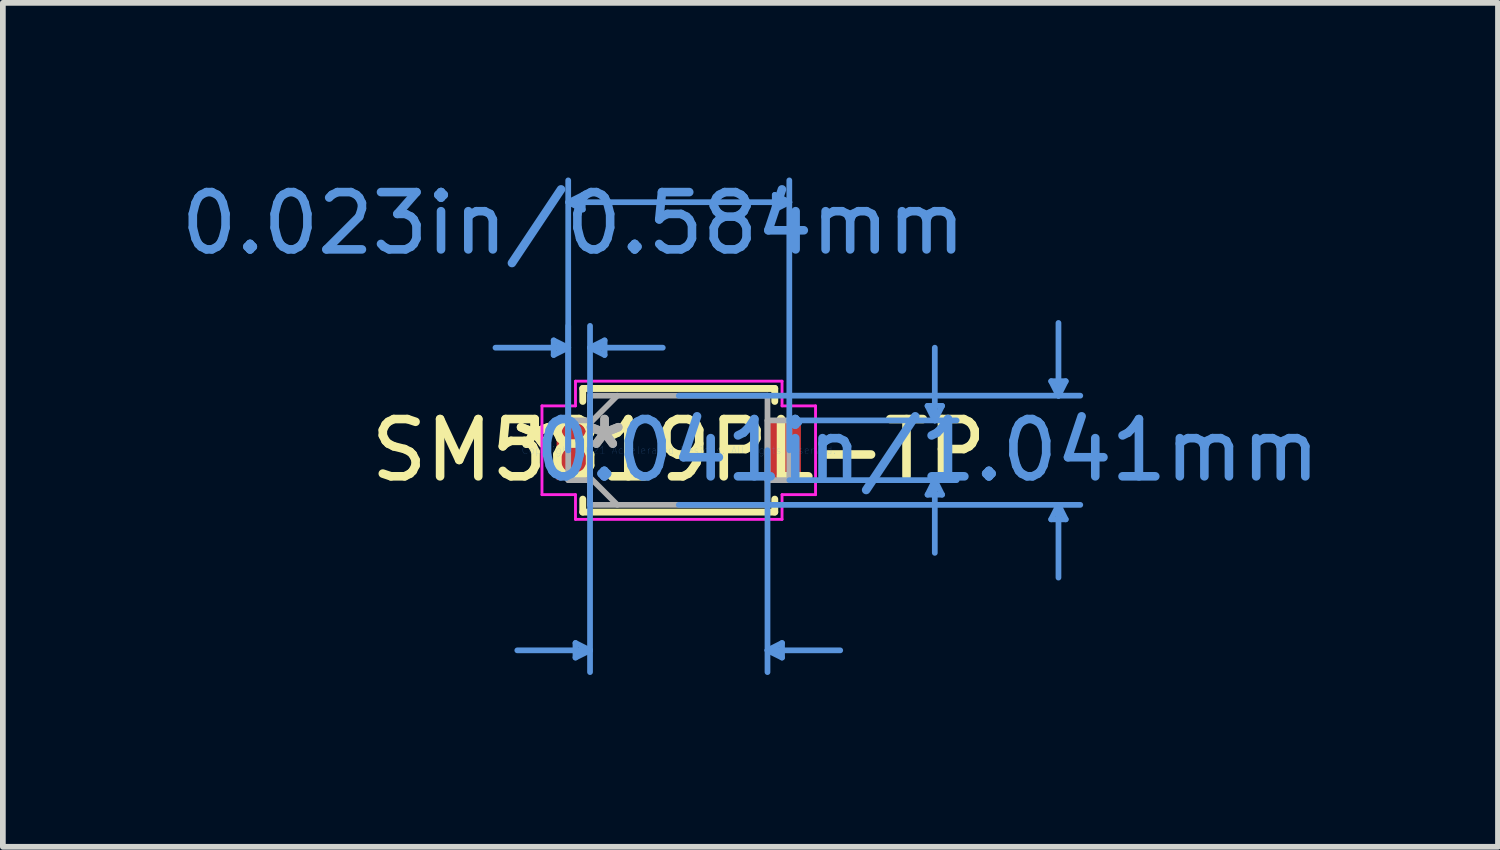
<source format=kicad_pcb>
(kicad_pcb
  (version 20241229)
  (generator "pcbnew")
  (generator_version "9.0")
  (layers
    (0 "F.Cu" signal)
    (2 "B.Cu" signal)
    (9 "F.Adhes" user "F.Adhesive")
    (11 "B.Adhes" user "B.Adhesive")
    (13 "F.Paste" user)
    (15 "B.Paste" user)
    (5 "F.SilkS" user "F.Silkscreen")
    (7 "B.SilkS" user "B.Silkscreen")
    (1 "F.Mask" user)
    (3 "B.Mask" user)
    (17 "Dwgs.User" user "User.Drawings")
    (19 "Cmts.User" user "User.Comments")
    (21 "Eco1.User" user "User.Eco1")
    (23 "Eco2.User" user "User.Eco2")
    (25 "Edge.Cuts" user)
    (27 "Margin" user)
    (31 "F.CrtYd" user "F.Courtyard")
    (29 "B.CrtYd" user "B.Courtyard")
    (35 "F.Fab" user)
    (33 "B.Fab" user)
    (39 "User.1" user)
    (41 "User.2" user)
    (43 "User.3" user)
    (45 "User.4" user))
  (footprint "SM5819PL-TP"
    (layer "F.Cu")
    (at 8.8 4.811)
    (property "Reference" "SM5819PL-TP" (at 0 0 0) (layer "F.SilkS") (effects (font (size 1 1) (thickness 0.15))))
    (attr through_hole)
    (fp_line (start -1.676 -1.079) (end -1.676 -0.853) (stroke (width 0.12) (type solid)) (layer "F.SilkS"))
    (fp_line (start -1.676 0.853) (end -1.676 1.079) (stroke (width 0.12) (type solid)) (layer "F.SilkS"))
    (fp_line (start -1.676 1.079) (end 1.676 1.079) (stroke (width 0.12) (type solid)) (layer "F.SilkS"))
    (fp_line (start 1.676 -1.079) (end -1.676 -1.079) (stroke (width 0.12) (type solid)) (layer "F.SilkS"))
    (fp_line (start 1.676 -0.853) (end 1.676 -1.079) (stroke (width 0.12) (type solid)) (layer "F.SilkS"))
    (fp_line (start 1.676 1.079) (end 1.676 0.853) (stroke (width 0.12) (type solid)) (layer "F.SilkS"))
    (fp_line (start -2.184 -1.918) (end -2.184 -1.664) (stroke (width 0.1) (type solid)) (layer "Cmts.User"))
    (fp_line (start -1.93 -4.331) (end -1.676 -4.458) (stroke (width 0.1) (type solid)) (layer "Cmts.User"))
    (fp_line (start -1.93 -4.331) (end -1.676 -4.204) (stroke (width 0.1) (type solid)) (layer "Cmts.User"))
    (fp_line (start -1.93 -4.331) (end 1.93 -4.331) (stroke (width 0.1) (type solid)) (layer "Cmts.User"))
    (fp_line (start -1.93 -1.791) (end -3.2 -1.791) (stroke (width 0.1) (type solid)) (layer "Cmts.User"))
    (fp_line (start -1.93 -1.791) (end -2.184 -1.918) (stroke (width 0.1) (type solid)) (layer "Cmts.User"))
    (fp_line (start -1.93 -1.791) (end -2.184 -1.664) (stroke (width 0.1) (type solid)) (layer "Cmts.User"))
    (fp_line (start -1.93 0) (end -1.93 -4.712) (stroke (width 0.1) (type solid)) (layer "Cmts.User"))
    (fp_line (start -1.93 0) (end -1.93 -2.172) (stroke (width 0.1) (type solid)) (layer "Cmts.User"))
    (fp_line (start -1.803 3.365) (end -1.803 3.619) (stroke (width 0.1) (type solid)) (layer "Cmts.User"))
    (fp_line (start -1.676 -4.458) (end -1.676 -4.204) (stroke (width 0.1) (type solid)) (layer "Cmts.User"))
    (fp_line (start -1.549 -1.791) (end -1.295 -1.918) (stroke (width 0.1) (type solid)) (layer "Cmts.User"))
    (fp_line (start -1.549 -1.791) (end -1.295 -1.664) (stroke (width 0.1) (type solid)) (layer "Cmts.User"))
    (fp_line (start -1.549 -1.791) (end -0.279 -1.791) (stroke (width 0.1) (type solid)) (layer "Cmts.User"))
    (fp_line (start -1.549 0) (end -1.549 -2.172) (stroke (width 0.1) (type solid)) (layer "Cmts.User"))
    (fp_line (start -1.549 0) (end -1.549 3.873) (stroke (width 0.1) (type solid)) (layer "Cmts.User"))
    (fp_line (start -1.549 3.493) (end -2.819 3.493) (stroke (width 0.1) (type solid)) (layer "Cmts.User"))
    (fp_line (start -1.549 3.493) (end -1.803 3.365) (stroke (width 0.1) (type solid)) (layer "Cmts.User"))
    (fp_line (start -1.549 3.493) (end -1.803 3.619) (stroke (width 0.1) (type solid)) (layer "Cmts.User"))
    (fp_line (start -1.295 -1.918) (end -1.295 -1.664) (stroke (width 0.1) (type solid)) (layer "Cmts.User"))
    (fp_line (start 0 -0.953) (end 7.01 -0.953) (stroke (width 0.1) (type solid)) (layer "Cmts.User"))
    (fp_line (start 0 0.953) (end 7.01 0.953) (stroke (width 0.1) (type solid)) (layer "Cmts.User"))
    (fp_line (start 1.549 0) (end 1.549 3.873) (stroke (width 0.1) (type solid)) (layer "Cmts.User"))
    (fp_line (start 1.549 3.493) (end 1.803 3.365) (stroke (width 0.1) (type solid)) (layer "Cmts.User"))
    (fp_line (start 1.549 3.493) (end 1.803 3.619) (stroke (width 0.1) (type solid)) (layer "Cmts.User"))
    (fp_line (start 1.549 3.493) (end 2.819 3.493) (stroke (width 0.1) (type solid)) (layer "Cmts.User"))
    (fp_line (start 1.676 -4.458) (end 1.676 -4.204) (stroke (width 0.1) (type solid)) (layer "Cmts.User"))
    (fp_line (start 1.803 3.365) (end 1.803 3.619) (stroke (width 0.1) (type solid)) (layer "Cmts.User"))
    (fp_line (start 1.93 -4.331) (end 1.676 -4.458) (stroke (width 0.1) (type solid)) (layer "Cmts.User"))
    (fp_line (start 1.93 -4.331) (end 1.676 -4.204) (stroke (width 0.1) (type solid)) (layer "Cmts.User"))
    (fp_line (start 1.93 -0.521) (end 4.851 -0.521) (stroke (width 0.1) (type solid)) (layer "Cmts.User"))
    (fp_line (start 1.93 0) (end 1.93 -4.712) (stroke (width 0.1) (type solid)) (layer "Cmts.User"))
    (fp_line (start 1.93 0.521) (end 4.851 0.521) (stroke (width 0.1) (type solid)) (layer "Cmts.User"))
    (fp_line (start 4.343 -0.775) (end 4.597 -0.775) (stroke (width 0.1) (type solid)) (layer "Cmts.User"))
    (fp_line (start 4.343 0.775) (end 4.597 0.775) (stroke (width 0.1) (type solid)) (layer "Cmts.User"))
    (fp_line (start 4.47 -0.521) (end 4.343 -0.775) (stroke (width 0.1) (type solid)) (layer "Cmts.User"))
    (fp_line (start 4.47 -0.521) (end 4.47 -1.791) (stroke (width 0.1) (type solid)) (layer "Cmts.User"))
    (fp_line (start 4.47 -0.521) (end 4.597 -0.775) (stroke (width 0.1) (type solid)) (layer "Cmts.User"))
    (fp_line (start 4.47 0.521) (end 4.343 0.775) (stroke (width 0.1) (type solid)) (layer "Cmts.User"))
    (fp_line (start 4.47 0.521) (end 4.47 1.791) (stroke (width 0.1) (type solid)) (layer "Cmts.User"))
    (fp_line (start 4.47 0.521) (end 4.597 0.775) (stroke (width 0.1) (type solid)) (layer "Cmts.User"))
    (fp_line (start 6.502 -1.206) (end 6.756 -1.206) (stroke (width 0.1) (type solid)) (layer "Cmts.User"))
    (fp_line (start 6.502 1.206) (end 6.756 1.206) (stroke (width 0.1) (type solid)) (layer "Cmts.User"))
    (fp_line (start 6.629 -0.953) (end 6.502 -1.206) (stroke (width 0.1) (type solid)) (layer "Cmts.User"))
    (fp_line (start 6.629 -0.953) (end 6.629 -2.223) (stroke (width 0.1) (type solid)) (layer "Cmts.User"))
    (fp_line (start 6.629 -0.953) (end 6.756 -1.206) (stroke (width 0.1) (type solid)) (layer "Cmts.User"))
    (fp_line (start 6.629 0.953) (end 6.502 1.206) (stroke (width 0.1) (type solid)) (layer "Cmts.User"))
    (fp_line (start 6.629 0.953) (end 6.629 2.223) (stroke (width 0.1) (type solid)) (layer "Cmts.User"))
    (fp_line (start 6.629 0.953) (end 6.756 1.206) (stroke (width 0.1) (type solid)) (layer "Cmts.User"))
    (fp_line (start -2.388 -0.775) (end -1.803 -0.775) (stroke (width 0.05) (type solid)) (layer "F.CrtYd"))
    (fp_line (start -2.388 0.775) (end -2.388 -0.775) (stroke (width 0.05) (type solid)) (layer "F.CrtYd"))
    (fp_line (start -1.803 -1.206) (end 1.803 -1.206) (stroke (width 0.05) (type solid)) (layer "F.CrtYd"))
    (fp_line (start -1.803 -0.775) (end -1.803 -1.206) (stroke (width 0.05) (type solid)) (layer "F.CrtYd"))
    (fp_line (start -1.803 0.775) (end -2.388 0.775) (stroke (width 0.05) (type solid)) (layer "F.CrtYd"))
    (fp_line (start -1.803 1.206) (end -1.803 0.775) (stroke (width 0.05) (type solid)) (layer "F.CrtYd"))
    (fp_line (start 1.803 -1.206) (end 1.803 -0.775) (stroke (width 0.05) (type solid)) (layer "F.CrtYd"))
    (fp_line (start 1.803 -0.775) (end 2.388 -0.775) (stroke (width 0.05) (type solid)) (layer "F.CrtYd"))
    (fp_line (start 1.803 0.775) (end 1.803 1.206) (stroke (width 0.05) (type solid)) (layer "F.CrtYd"))
    (fp_line (start 1.803 1.206) (end -1.803 1.206) (stroke (width 0.05) (type solid)) (layer "F.CrtYd"))
    (fp_line (start 2.388 -0.775) (end 2.388 0.775) (stroke (width 0.05) (type solid)) (layer "F.CrtYd"))
    (fp_line (start 2.388 0.775) (end 1.803 0.775) (stroke (width 0.05) (type solid)) (layer "F.CrtYd"))
    (fp_line (start -1.93 -0.521) (end -1.93 0.521) (stroke (width 0.1) (type solid)) (layer "F.Fab"))
    (fp_line (start -1.93 0.521) (end -1.549 0.521) (stroke (width 0.1) (type solid)) (layer "F.Fab"))
    (fp_line (start -1.549 -0.953) (end -1.549 0.953) (stroke (width 0.1) (type solid)) (layer "F.Fab"))
    (fp_line (start -1.549 -0.521) (end -1.93 -0.521) (stroke (width 0.1) (type solid)) (layer "F.Fab"))
    (fp_line (start -1.549 -0.476) (end -1.073 -0.953) (stroke (width 0.1) (type solid)) (layer "F.Fab"))
    (fp_line (start -1.549 0.476) (end -1.073 0.953) (stroke (width 0.1) (type solid)) (layer "F.Fab"))
    (fp_line (start -1.549 0.521) (end -1.549 -0.521) (stroke (width 0.1) (type solid)) (layer "F.Fab"))
    (fp_line (start -1.549 0.953) (end 1.549 0.953) (stroke (width 0.1) (type solid)) (layer "F.Fab"))
    (fp_line (start 1.549 -0.953) (end -1.549 -0.953) (stroke (width 0.1) (type solid)) (layer "F.Fab"))
    (fp_line (start 1.549 -0.521) (end 1.549 0.521) (stroke (width 0.1) (type solid)) (layer "F.Fab"))
    (fp_line (start 1.549 0.521) (end 1.93 0.521) (stroke (width 0.1) (type solid)) (layer "F.Fab"))
    (fp_line (start 1.549 0.953) (end 1.549 -0.953) (stroke (width 0.1) (type solid)) (layer "F.Fab"))
    (fp_line (start 1.93 -0.521) (end 1.549 -0.521) (stroke (width 0.1) (type solid)) (layer "F.Fab"))
    (fp_line (start 1.93 0.521) (end 1.93 -0.521) (stroke (width 0.1) (type solid)) (layer "F.Fab"))
    (fp_text user "*" (at -2.515 0 0) (layer "F.SilkS") (effects (font (size 1 1) (thickness 0.15))))
    (fp_text user "*" (at -2.515 0 0) (layer "F.SilkS") (effects (font (size 1 1) (thickness 0.15))))
    (fp_text user "0.041in/1.041mm" (at 4.343 0 0) (layer "Cmts.User") (effects (font (size 1 1) (thickness 0.15))))
    (fp_text user "0.023in/0.584mm" (at -1.841 -3.962 0) (layer "Cmts.User") (effects (font (size 1 1) (thickness 0.15))))
    (fp_text user "Copyright 2021 Accelerated Designs. All rights reserved." (at 0 0 0) (layer "Cmts.User") (effects (font (size 0.127 0.127) (thickness 0.002))))
    (fp_text user "*" (at -1.295 0 0) (layer "F.Fab") (effects (font (size 1 1) (thickness 0.15))))
    (fp_text user "*" (at -1.295 0 0) (layer "F.Fab") (effects (font (size 1 1) (thickness 0.15))))
    (pad "1" smd rect (at -1.841 0) (size 0.584 1.041) (layers "F.Cu" "F.Mask" "F.Paste"))
    (pad "2" smd rect (at 1.841 0) (size 0.584 1.041) (layers "F.Cu" "F.Mask" "F.Paste")))
  (gr_rect
    (start -3 -3)
    (end 23.102 11.734)
    (stroke (width 0.1) (type default))
    (fill no)
    (layer "Edge.Cuts")))
</source>
